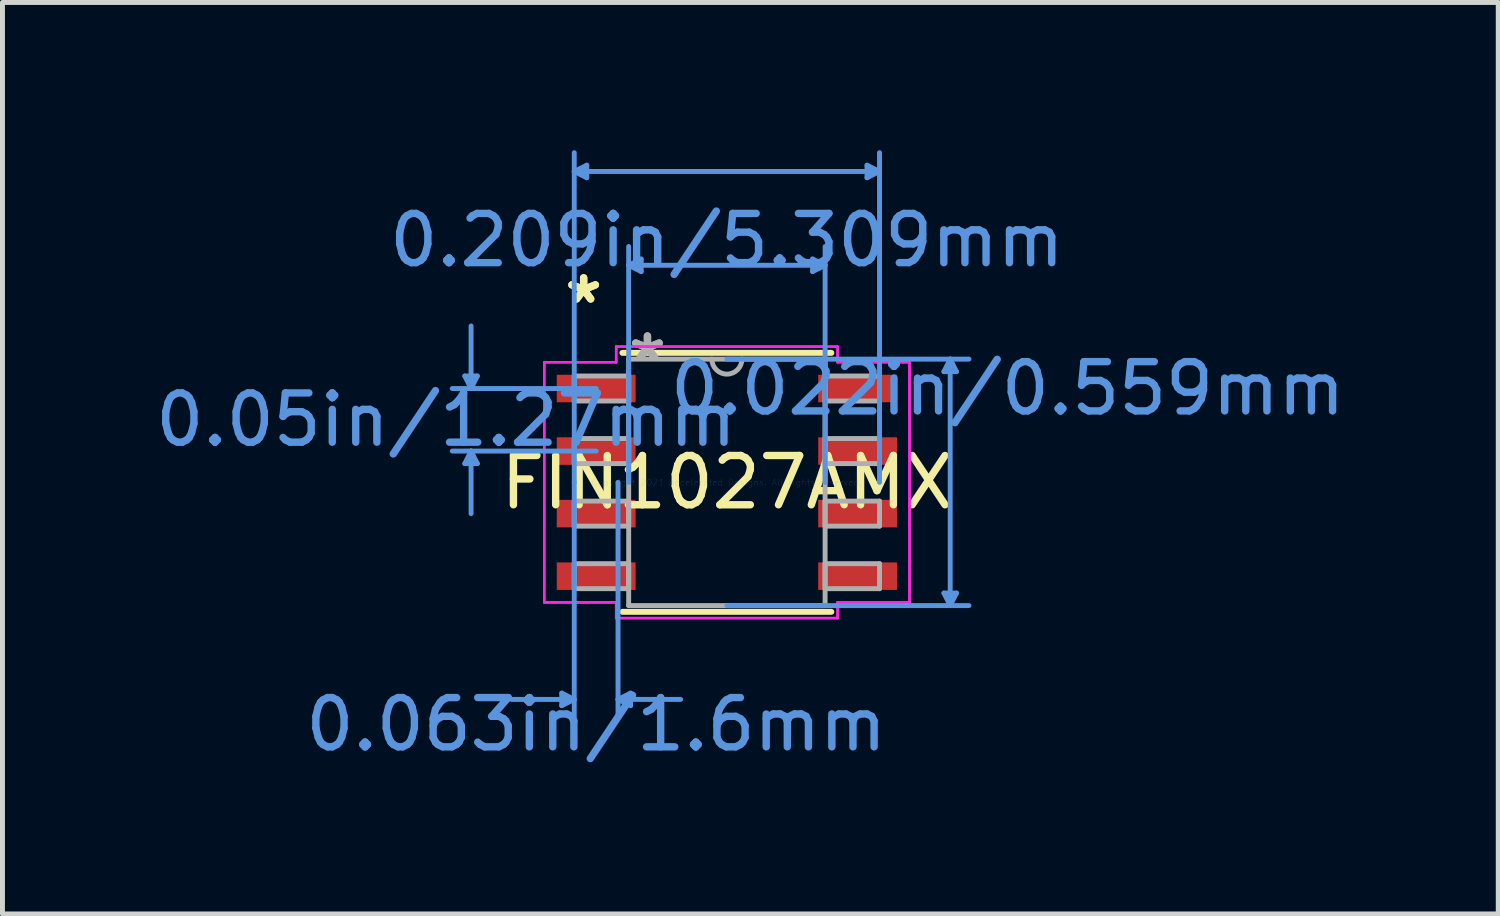
<source format=kicad_pcb>
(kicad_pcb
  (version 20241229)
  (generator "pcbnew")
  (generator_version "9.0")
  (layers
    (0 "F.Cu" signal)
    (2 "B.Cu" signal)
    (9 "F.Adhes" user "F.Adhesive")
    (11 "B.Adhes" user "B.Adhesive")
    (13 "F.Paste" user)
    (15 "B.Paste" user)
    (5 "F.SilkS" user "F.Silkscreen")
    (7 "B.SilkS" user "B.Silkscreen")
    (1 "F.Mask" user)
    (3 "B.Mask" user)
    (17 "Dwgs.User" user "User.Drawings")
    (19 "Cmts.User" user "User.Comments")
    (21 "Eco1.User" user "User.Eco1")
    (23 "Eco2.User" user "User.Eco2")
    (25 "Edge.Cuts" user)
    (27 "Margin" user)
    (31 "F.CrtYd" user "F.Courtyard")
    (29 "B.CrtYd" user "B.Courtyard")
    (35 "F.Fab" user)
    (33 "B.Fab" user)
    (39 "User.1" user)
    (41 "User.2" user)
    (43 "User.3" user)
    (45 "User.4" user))
  (footprint "FIN1027AMX"
    (layer "F.Cu")
    (at 11.708 6.743)
    (property "Reference" "FIN1027AMX" (at 0 0 0) (layer "F.SilkS") (effects (font (size 1 1) (thickness 0.15))))
    (attr through_hole)
    (fp_line (start -2.121 2.629) (end 2.121 2.629) (stroke (width 0.12) (type solid)) (layer "F.SilkS"))
    (fp_line (start 2.121 -2.629) (end -2.121 -2.629) (stroke (width 0.12) (type solid)) (layer "F.SilkS"))
    (fp_line (start -5.321 -2.159) (end -5.067 -2.159) (stroke (width 0.1) (type solid)) (layer "Cmts.User"))
    (fp_line (start -5.321 -0.381) (end -5.067 -0.381) (stroke (width 0.1) (type solid)) (layer "Cmts.User"))
    (fp_line (start -5.194 -1.905) (end -5.321 -2.159) (stroke (width 0.1) (type solid)) (layer "Cmts.User"))
    (fp_line (start -5.194 -1.905) (end -5.194 -3.175) (stroke (width 0.1) (type solid)) (layer "Cmts.User"))
    (fp_line (start -5.194 -1.905) (end -5.067 -2.159) (stroke (width 0.1) (type solid)) (layer "Cmts.User"))
    (fp_line (start -5.194 -0.635) (end -5.321 -0.381) (stroke (width 0.1) (type solid)) (layer "Cmts.User"))
    (fp_line (start -5.194 -0.635) (end -5.194 0.635) (stroke (width 0.1) (type solid)) (layer "Cmts.User"))
    (fp_line (start -5.194 -0.635) (end -5.067 -0.381) (stroke (width 0.1) (type solid)) (layer "Cmts.User"))
    (fp_line (start -3.353 4.28) (end -3.353 4.534) (stroke (width 0.1) (type solid)) (layer "Cmts.User"))
    (fp_line (start -3.099 -6.312) (end -2.845 -6.439) (stroke (width 0.1) (type solid)) (layer "Cmts.User"))
    (fp_line (start -3.099 -6.312) (end -2.845 -6.185) (stroke (width 0.1) (type solid)) (layer "Cmts.User"))
    (fp_line (start -3.099 -6.312) (end 3.099 -6.312) (stroke (width 0.1) (type solid)) (layer "Cmts.User"))
    (fp_line (start -3.099 0) (end -3.099 -6.693) (stroke (width 0.1) (type solid)) (layer "Cmts.User"))
    (fp_line (start -3.099 0) (end -3.099 4.788) (stroke (width 0.1) (type solid)) (layer "Cmts.User"))
    (fp_line (start -3.099 4.407) (end -4.369 4.407) (stroke (width 0.1) (type solid)) (layer "Cmts.User"))
    (fp_line (start -3.099 4.407) (end -3.353 4.28) (stroke (width 0.1) (type solid)) (layer "Cmts.User"))
    (fp_line (start -3.099 4.407) (end -3.353 4.534) (stroke (width 0.1) (type solid)) (layer "Cmts.User"))
    (fp_line (start -2.845 -6.439) (end -2.845 -6.185) (stroke (width 0.1) (type solid)) (layer "Cmts.User"))
    (fp_line (start -2.654 -1.905) (end -5.575 -1.905) (stroke (width 0.1) (type solid)) (layer "Cmts.User"))
    (fp_line (start -2.654 -0.635) (end -5.575 -0.635) (stroke (width 0.1) (type solid)) (layer "Cmts.User"))
    (fp_line (start -2.21 0) (end -2.21 4.788) (stroke (width 0.1) (type solid)) (layer "Cmts.User"))
    (fp_line (start -2.21 4.407) (end -1.956 4.28) (stroke (width 0.1) (type solid)) (layer "Cmts.User"))
    (fp_line (start -2.21 4.407) (end -1.956 4.534) (stroke (width 0.1) (type solid)) (layer "Cmts.User"))
    (fp_line (start -2.21 4.407) (end -0.94 4.407) (stroke (width 0.1) (type solid)) (layer "Cmts.User"))
    (fp_line (start -1.994 -4.407) (end -1.74 -4.534) (stroke (width 0.1) (type solid)) (layer "Cmts.User"))
    (fp_line (start -1.994 -4.407) (end -1.74 -4.28) (stroke (width 0.1) (type solid)) (layer "Cmts.User"))
    (fp_line (start -1.994 -4.407) (end 1.994 -4.407) (stroke (width 0.1) (type solid)) (layer "Cmts.User"))
    (fp_line (start -1.994 0) (end -1.994 -4.788) (stroke (width 0.1) (type solid)) (layer "Cmts.User"))
    (fp_line (start -1.956 4.28) (end -1.956 4.534) (stroke (width 0.1) (type solid)) (layer "Cmts.User"))
    (fp_line (start -1.74 -4.534) (end -1.74 -4.28) (stroke (width 0.1) (type solid)) (layer "Cmts.User"))
    (fp_line (start 0 -2.502) (end 4.915 -2.502) (stroke (width 0.1) (type solid)) (layer "Cmts.User"))
    (fp_line (start 0 2.502) (end 4.915 2.502) (stroke (width 0.1) (type solid)) (layer "Cmts.User"))
    (fp_line (start 1.74 -4.534) (end 1.74 -4.28) (stroke (width 0.1) (type solid)) (layer "Cmts.User"))
    (fp_line (start 1.994 -4.407) (end 1.74 -4.534) (stroke (width 0.1) (type solid)) (layer "Cmts.User"))
    (fp_line (start 1.994 -4.407) (end 1.74 -4.28) (stroke (width 0.1) (type solid)) (layer "Cmts.User"))
    (fp_line (start 1.994 0) (end 1.994 -4.788) (stroke (width 0.1) (type solid)) (layer "Cmts.User"))
    (fp_line (start 2.845 -6.439) (end 2.845 -6.185) (stroke (width 0.1) (type solid)) (layer "Cmts.User"))
    (fp_line (start 3.099 -6.312) (end 2.845 -6.439) (stroke (width 0.1) (type solid)) (layer "Cmts.User"))
    (fp_line (start 3.099 -6.312) (end 2.845 -6.185) (stroke (width 0.1) (type solid)) (layer "Cmts.User"))
    (fp_line (start 3.099 0) (end 3.099 -6.693) (stroke (width 0.1) (type solid)) (layer "Cmts.User"))
    (fp_line (start 4.407 -2.248) (end 4.661 -2.248) (stroke (width 0.1) (type solid)) (layer "Cmts.User"))
    (fp_line (start 4.407 2.248) (end 4.661 2.248) (stroke (width 0.1) (type solid)) (layer "Cmts.User"))
    (fp_line (start 4.534 -2.502) (end 4.407 -2.248) (stroke (width 0.1) (type solid)) (layer "Cmts.User"))
    (fp_line (start 4.534 -2.502) (end 4.534 2.502) (stroke (width 0.1) (type solid)) (layer "Cmts.User"))
    (fp_line (start 4.534 -2.502) (end 4.661 -2.248) (stroke (width 0.1) (type solid)) (layer "Cmts.User"))
    (fp_line (start 4.534 2.502) (end 4.407 2.248) (stroke (width 0.1) (type solid)) (layer "Cmts.User"))
    (fp_line (start 4.534 2.502) (end 4.661 2.248) (stroke (width 0.1) (type solid)) (layer "Cmts.User"))
    (fp_line (start -3.708 -2.438) (end -2.248 -2.438) (stroke (width 0.05) (type solid)) (layer "F.CrtYd"))
    (fp_line (start -3.708 -2.438) (end -2.248 -2.438) (stroke (width 0.05) (type solid)) (layer "F.CrtYd"))
    (fp_line (start -3.708 2.438) (end -3.708 -2.438) (stroke (width 0.05) (type solid)) (layer "F.CrtYd"))
    (fp_line (start -3.708 2.438) (end -3.708 -2.438) (stroke (width 0.05) (type solid)) (layer "F.CrtYd"))
    (fp_line (start -3.708 2.438) (end -2.248 2.438) (stroke (width 0.05) (type solid)) (layer "F.CrtYd"))
    (fp_line (start -2.248 -2.756) (end 2.248 -2.756) (stroke (width 0.05) (type solid)) (layer "F.CrtYd"))
    (fp_line (start -2.248 -2.756) (end 2.248 -2.756) (stroke (width 0.05) (type solid)) (layer "F.CrtYd"))
    (fp_line (start -2.248 -2.438) (end -2.248 -2.756) (stroke (width 0.05) (type solid)) (layer "F.CrtYd"))
    (fp_line (start -2.248 -2.438) (end -2.248 -2.756) (stroke (width 0.05) (type solid)) (layer "F.CrtYd"))
    (fp_line (start -2.248 2.438) (end -3.708 2.438) (stroke (width 0.05) (type solid)) (layer "F.CrtYd"))
    (fp_line (start -2.248 2.756) (end -2.248 2.438) (stroke (width 0.05) (type solid)) (layer "F.CrtYd"))
    (fp_line (start -2.248 2.756) (end -2.248 2.438) (stroke (width 0.05) (type solid)) (layer "F.CrtYd"))
    (fp_line (start 2.248 -2.756) (end 2.248 -2.438) (stroke (width 0.05) (type solid)) (layer "F.CrtYd"))
    (fp_line (start 2.248 -2.756) (end 2.248 -2.438) (stroke (width 0.05) (type solid)) (layer "F.CrtYd"))
    (fp_line (start 2.248 -2.438) (end 3.708 -2.438) (stroke (width 0.05) (type solid)) (layer "F.CrtYd"))
    (fp_line (start 2.248 2.438) (end 2.248 2.756) (stroke (width 0.05) (type solid)) (layer "F.CrtYd"))
    (fp_line (start 2.248 2.438) (end 2.248 2.756) (stroke (width 0.05) (type solid)) (layer "F.CrtYd"))
    (fp_line (start 2.248 2.756) (end -2.248 2.756) (stroke (width 0.05) (type solid)) (layer "F.CrtYd"))
    (fp_line (start 2.248 2.756) (end -2.248 2.756) (stroke (width 0.05) (type solid)) (layer "F.CrtYd"))
    (fp_line (start 3.708 -2.438) (end 2.248 -2.438) (stroke (width 0.05) (type solid)) (layer "F.CrtYd"))
    (fp_line (start 3.708 -2.438) (end 3.708 2.438) (stroke (width 0.05) (type solid)) (layer "F.CrtYd"))
    (fp_line (start 3.708 -2.438) (end 3.708 2.438) (stroke (width 0.05) (type solid)) (layer "F.CrtYd"))
    (fp_line (start 3.708 2.438) (end 2.248 2.438) (stroke (width 0.05) (type solid)) (layer "F.CrtYd"))
    (fp_line (start 3.708 2.438) (end 2.248 2.438) (stroke (width 0.05) (type solid)) (layer "F.CrtYd"))
    (fp_line (start -3.099 -2.159) (end -3.099 -1.651) (stroke (width 0.1) (type solid)) (layer "F.Fab"))
    (fp_line (start -3.099 -1.651) (end -1.994 -1.651) (stroke (width 0.1) (type solid)) (layer "F.Fab"))
    (fp_line (start -3.099 -0.889) (end -3.099 -0.381) (stroke (width 0.1) (type solid)) (layer "F.Fab"))
    (fp_line (start -3.099 -0.381) (end -1.994 -0.381) (stroke (width 0.1) (type solid)) (layer "F.Fab"))
    (fp_line (start -3.099 0.381) (end -3.099 0.889) (stroke (width 0.1) (type solid)) (layer "F.Fab"))
    (fp_line (start -3.099 0.889) (end -1.994 0.889) (stroke (width 0.1) (type solid)) (layer "F.Fab"))
    (fp_line (start -3.099 1.651) (end -3.099 2.159) (stroke (width 0.1) (type solid)) (layer "F.Fab"))
    (fp_line (start -3.099 2.159) (end -1.994 2.159) (stroke (width 0.1) (type solid)) (layer "F.Fab"))
    (fp_line (start -1.994 -2.502) (end -1.994 2.502) (stroke (width 0.1) (type solid)) (layer "F.Fab"))
    (fp_line (start -1.994 -2.159) (end -3.099 -2.159) (stroke (width 0.1) (type solid)) (layer "F.Fab"))
    (fp_line (start -1.994 -1.651) (end -1.994 -2.159) (stroke (width 0.1) (type solid)) (layer "F.Fab"))
    (fp_line (start -1.994 -0.889) (end -3.099 -0.889) (stroke (width 0.1) (type solid)) (layer "F.Fab"))
    (fp_line (start -1.994 -0.381) (end -1.994 -0.889) (stroke (width 0.1) (type solid)) (layer "F.Fab"))
    (fp_line (start -1.994 0.381) (end -3.099 0.381) (stroke (width 0.1) (type solid)) (layer "F.Fab"))
    (fp_line (start -1.994 0.889) (end -1.994 0.381) (stroke (width 0.1) (type solid)) (layer "F.Fab"))
    (fp_line (start -1.994 1.651) (end -3.099 1.651) (stroke (width 0.1) (type solid)) (layer "F.Fab"))
    (fp_line (start -1.994 2.159) (end -1.994 1.651) (stroke (width 0.1) (type solid)) (layer "F.Fab"))
    (fp_line (start -1.994 2.502) (end 1.994 2.502) (stroke (width 0.1) (type solid)) (layer "F.Fab"))
    (fp_line (start 1.994 -2.502) (end -1.994 -2.502) (stroke (width 0.1) (type solid)) (layer "F.Fab"))
    (fp_line (start 1.994 -2.159) (end 1.994 -1.651) (stroke (width 0.1) (type solid)) (layer "F.Fab"))
    (fp_line (start 1.994 -1.651) (end 3.099 -1.651) (stroke (width 0.1) (type solid)) (layer "F.Fab"))
    (fp_line (start 1.994 -0.889) (end 1.994 -0.381) (stroke (width 0.1) (type solid)) (layer "F.Fab"))
    (fp_line (start 1.994 -0.381) (end 3.099 -0.381) (stroke (width 0.1) (type solid)) (layer "F.Fab"))
    (fp_line (start 1.994 0.381) (end 1.994 0.889) (stroke (width 0.1) (type solid)) (layer "F.Fab"))
    (fp_line (start 1.994 0.889) (end 3.099 0.889) (stroke (width 0.1) (type solid)) (layer "F.Fab"))
    (fp_line (start 1.994 1.651) (end 1.994 2.159) (stroke (width 0.1) (type solid)) (layer "F.Fab"))
    (fp_line (start 1.994 2.159) (end 3.099 2.159) (stroke (width 0.1) (type solid)) (layer "F.Fab"))
    (fp_line (start 1.994 2.502) (end 1.994 -2.502) (stroke (width 0.1) (type solid)) (layer "F.Fab"))
    (fp_line (start 3.099 -2.159) (end 1.994 -2.159) (stroke (width 0.1) (type solid)) (layer "F.Fab"))
    (fp_line (start 3.099 -1.651) (end 3.099 -2.159) (stroke (width 0.1) (type solid)) (layer "F.Fab"))
    (fp_line (start 3.099 -0.889) (end 1.994 -0.889) (stroke (width 0.1) (type solid)) (layer "F.Fab"))
    (fp_line (start 3.099 -0.381) (end 3.099 -0.889) (stroke (width 0.1) (type solid)) (layer "F.Fab"))
    (fp_line (start 3.099 0.381) (end 1.994 0.381) (stroke (width 0.1) (type solid)) (layer "F.Fab"))
    (fp_line (start 3.099 0.889) (end 3.099 0.381) (stroke (width 0.1) (type solid)) (layer "F.Fab"))
    (fp_line (start 3.099 1.651) (end 1.994 1.651) (stroke (width 0.1) (type solid)) (layer "F.Fab"))
    (fp_line (start 3.099 2.159) (end 3.099 1.651) (stroke (width 0.1) (type solid)) (layer "F.Fab"))
    (fp_arc (start 0.3048 -2.5019) (mid 0 -2.1971) (end -0.3048 -2.5019) (stroke (width 0.1) (type solid)) (layer "F.Fab"))
    (fp_text user "*" (at -2.908 -3.607 0) (layer "F.SilkS") (effects (font (size 1 1) (thickness 0.15))))
    (fp_text user "*" (at -2.908 -3.607 0) (layer "F.SilkS") (effects (font (size 1 1) (thickness 0.15))))
    (fp_text user "0.063in/1.6mm" (at -2.654 4.915 0) (layer "Cmts.User") (effects (font (size 1 1) (thickness 0.15))))
    (fp_text user "0.05in/1.27mm" (at -5.702 -1.27 0) (layer "Cmts.User") (effects (font (size 1 1) (thickness 0.15))))
    (fp_text user "Copyright 2021 Accelerated Designs. All rights reserved." (at 0 0 0) (layer "Cmts.User") (effects (font (size 0.127 0.127) (thickness 0.002))))
    (fp_text user "0.209in/5.309mm" (at 0 -4.915 0) (layer "Cmts.User") (effects (font (size 1 1) (thickness 0.15))))
    (fp_text user "0.022in/0.559mm" (at 5.702 -1.905 0) (layer "Cmts.User") (effects (font (size 1 1) (thickness 0.15))))
    (fp_text user "*" (at -1.613 -2.426 0) (layer "F.Fab") (effects (font (size 1 1) (thickness 0.15))))
    (fp_text user "*" (at -1.613 -2.426 0) (layer "F.Fab") (effects (font (size 1 1) (thickness 0.15))))
    (pad "1" smd rect (at -2.654 -1.905) (size 1.6 0.559) (layers "F.Cu" "F.Mask" "F.Paste"))
    (pad "2" smd rect (at -2.654 -0.635) (size 1.6 0.559) (layers "F.Cu" "F.Mask" "F.Paste"))
    (pad "3" smd rect (at -2.654 0.635) (size 1.6 0.559) (layers "F.Cu" "F.Mask" "F.Paste"))
    (pad "4" smd rect (at -2.654 1.905) (size 1.6 0.559) (layers "F.Cu" "F.Mask" "F.Paste"))
    (pad "5" smd rect (at 2.654 1.905) (size 1.6 0.559) (layers "F.Cu" "F.Mask" "F.Paste"))
    (pad "6" smd rect (at 2.654 0.635) (size 1.6 0.559) (layers "F.Cu" "F.Mask" "F.Paste"))
    (pad "7" smd rect (at 2.654 -0.635) (size 1.6 0.559) (layers "F.Cu" "F.Mask" "F.Paste"))
    (pad "8" smd rect (at 2.654 -1.905) (size 1.6 0.559) (layers "F.Cu" "F.Mask" "F.Paste")))
  (gr_rect
    (start -3 -3)
    (end 27.369 15.506)
    (stroke (width 0.1) (type default))
    (fill no)
    (layer "Edge.Cuts")))
</source>
